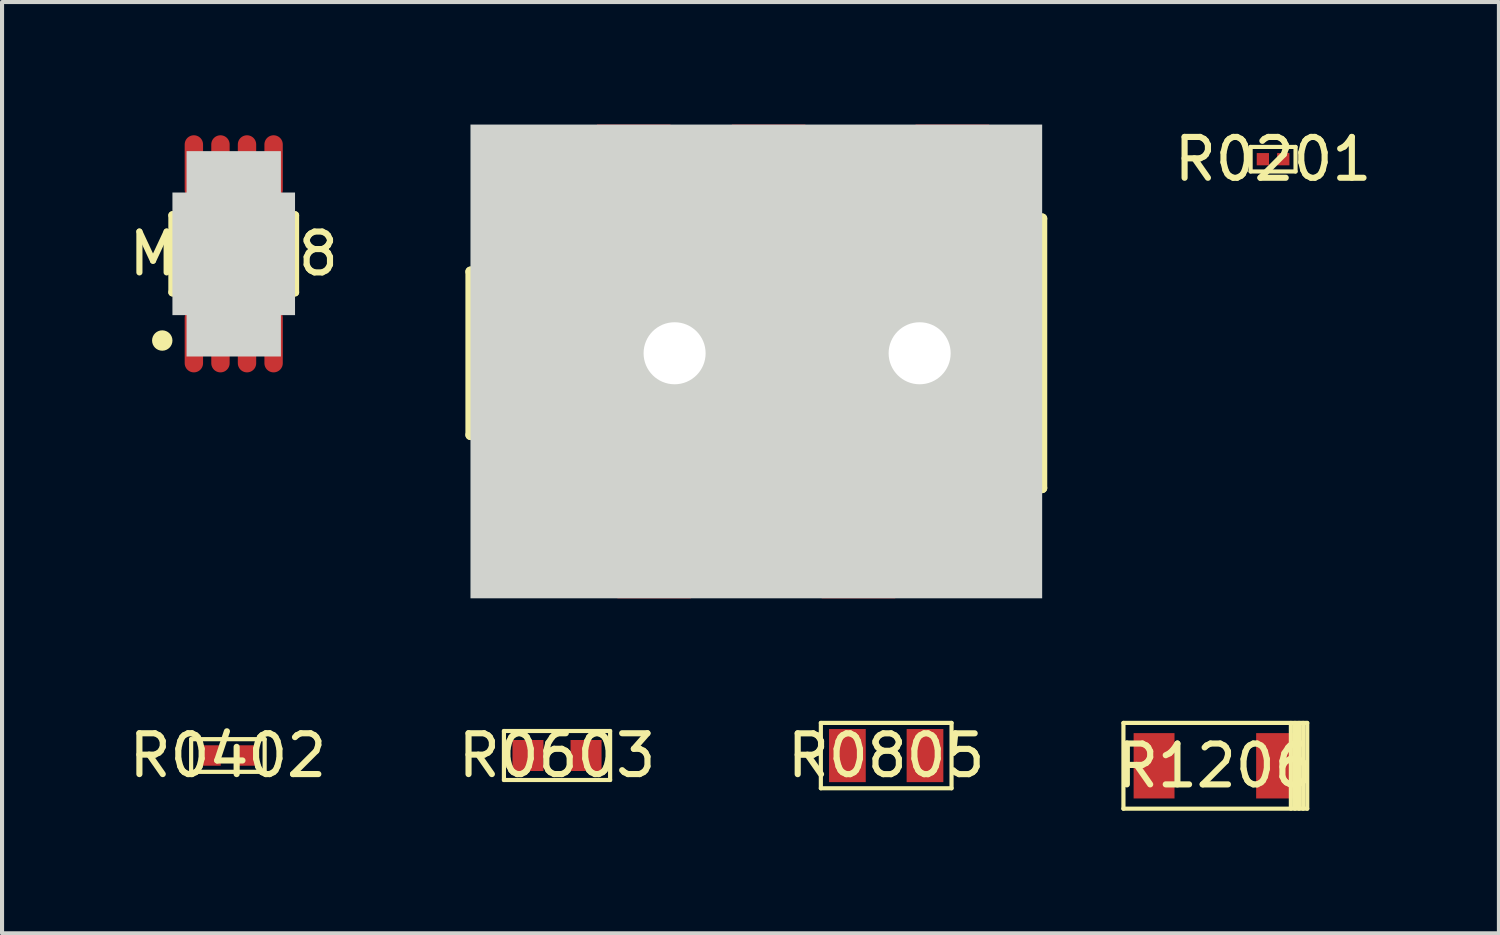
<source format=kicad_pcb>
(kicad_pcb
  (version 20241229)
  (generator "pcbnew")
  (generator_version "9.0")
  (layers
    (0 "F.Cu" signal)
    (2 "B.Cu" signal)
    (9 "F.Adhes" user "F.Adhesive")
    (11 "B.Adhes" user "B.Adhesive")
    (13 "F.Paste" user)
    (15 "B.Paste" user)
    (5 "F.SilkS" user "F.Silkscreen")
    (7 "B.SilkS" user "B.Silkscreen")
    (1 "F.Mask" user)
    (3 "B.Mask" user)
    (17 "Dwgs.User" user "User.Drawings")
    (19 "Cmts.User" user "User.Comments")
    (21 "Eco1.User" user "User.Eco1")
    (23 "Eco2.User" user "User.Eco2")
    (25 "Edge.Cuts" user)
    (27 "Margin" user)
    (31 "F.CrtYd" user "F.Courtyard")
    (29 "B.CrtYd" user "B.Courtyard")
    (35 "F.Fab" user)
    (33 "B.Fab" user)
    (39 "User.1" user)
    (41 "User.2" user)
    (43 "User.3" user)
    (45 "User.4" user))
  (footprint "R0603"
    (layer "F.Cu")
    (at 10.589 15.449)
    (property "Reference" "R0603" (at 0 0 0) (layer "F.SilkS") (effects (font (size 1 1) (thickness 0.15))))
    (fp_line (start -1.3 -0.6) (end 1.3 -0.6) (stroke (width 0.102) (type default)) (layer "F.SilkS"))
    (fp_line (start -1.3 0.6) (end -1.3 -0.6) (stroke (width 0.102) (type default)) (layer "F.SilkS"))
    (fp_line (start -1.3 0.6) (end 1.3 0.6) (stroke (width 0.102) (type default)) (layer "F.SilkS"))
    (fp_line (start 1.3 0.6) (end 1.3 -0.6) (stroke (width 0.102) (type default)) (layer "F.SilkS"))
    (fp_line (start -1.3 -0.6) (end 1.3 -0.6) (stroke (width 0.025) (type default)) (layer "User.1"))
    (fp_line (start -1.3 0.6) (end -1.3 -0.6) (stroke (width 0.025) (type default)) (layer "User.1"))
    (fp_line (start -1.3 0.6) (end 1.3 0.6) (stroke (width 0.025) (type default)) (layer "User.1"))
    (fp_line (start 1.3 0.6) (end 1.3 -0.6) (stroke (width 0.025) (type default)) (layer "User.1"))
    (fp_poly (pts (xy -1.3 0.6) (xy -1.3 -0.6) (xy 1.3 -0.6) (xy 1.3 0.6)) (stroke (width 0.1) (type default)) (fill no) (layer "User.1"))
    (fp_poly (pts (xy -1.3 0.6) (xy -1.3 -0.6) (xy 1.3 -0.6) (xy 1.3 0.6)) (stroke (width 0.1) (type default)) (fill no) (layer "User.1"))
    (pad "1" smd rect (at -0.711 0) (size 0.759 0.759) (layers "F.Cu" "F.Mask" "F.Paste"))
    (pad "2" smd rect (at 0.711 0) (size 0.759 0.759) (layers "F.Cu" "F.Mask" "F.Paste")))
  (footprint "R0805"
    (layer "F.Cu")
    (at 18.649 15.451)
    (property "Reference" "R0805" (at 0 0 0) (layer "F.SilkS") (effects (font (size 1 1) (thickness 0.15))))
    (fp_line (start -1.6 -0.8) (end -1.6 0.8) (stroke (width 0.102) (type default)) (layer "F.SilkS"))
    (fp_line (start -1.6 -0.8) (end 1.6 -0.8) (stroke (width 0.102) (type default)) (layer "F.SilkS"))
    (fp_line (start -1.6 0.8) (end 1.6 0.8) (stroke (width 0.102) (type default)) (layer "F.SilkS"))
    (fp_line (start 1.6 -0.8) (end 1.6 0.8) (stroke (width 0.102) (type default)) (layer "F.SilkS"))
    (fp_poly (pts (xy -1.399 0.65) (xy -1.399 -0.65) (xy -0.8 -0.65) (xy -0.5 -0.35) (xy -0.5 0.35) (xy -0.8 0.65)) (stroke (width 0) (type default)) (fill yes) (layer "F.Paste"))
    (fp_poly (pts (xy 1.399 -0.65) (xy 1.399 0.65) (xy 0.8 0.65) (xy 0.5 0.35) (xy 0.5 -0.35) (xy 0.8 -0.65)) (stroke (width 0) (type default)) (fill yes) (layer "F.Paste"))
    (fp_line (start -1.6 -0.8) (end -1.6 0.8) (stroke (width 0.025) (type default)) (layer "User.1"))
    (fp_line (start -1.6 -0.8) (end 1.6 -0.8) (stroke (width 0.025) (type default)) (layer "User.1"))
    (fp_line (start -1.6 0.8) (end 1.6 0.8) (stroke (width 0.025) (type default)) (layer "User.1"))
    (fp_line (start 1.6 -0.8) (end 1.6 0.8) (stroke (width 0.025) (type default)) (layer "User.1"))
    (fp_poly (pts (xy -1.6 0.8) (xy -1.6 -0.8) (xy 1.6 -0.8) (xy 1.6 0.8)) (stroke (width 0.1) (type default)) (fill no) (layer "User.1"))
    (fp_poly (pts (xy -1.6 0.8) (xy -1.6 -0.8) (xy 1.6 -0.8) (xy 1.6 0.8)) (stroke (width 0.1) (type default)) (fill no) (layer "User.1"))
    (pad "1" smd rect (at -0.95 0 270) (size 1.3 0.899) (layers "F.Cu" "F.Mask" "F.Paste"))
    (pad "2" smd rect (at 0.95 0 270) (size 1.3 0.899) (layers "F.Cu" "F.Mask" "F.Paste")))
  (footprint "R0201"
    (layer "F.Cu")
    (at 28.122 0.848)
    (property "Reference" "R0201" (at 0 0 0) (layer "F.SilkS") (effects (font (size 1 1) (thickness 0.15))))
    (fp_line (start -0.55 -0.3) (end -0.55 0.3) (stroke (width 0.102) (type default)) (layer "F.SilkS"))
    (fp_line (start -0.55 -0.3) (end 0.55 -0.3) (stroke (width 0.102) (type default)) (layer "F.SilkS"))
    (fp_line (start -0.55 0.3) (end 0.55 0.3) (stroke (width 0.102) (type default)) (layer "F.SilkS"))
    (fp_line (start 0.55 -0.3) (end 0.55 0.3) (stroke (width 0.102) (type default)) (layer "F.SilkS"))
    (fp_line (start -0.55 -0.3) (end -0.55 0.3) (stroke (width 0.025) (type default)) (layer "User.1"))
    (fp_line (start -0.55 -0.3) (end 0.55 -0.3) (stroke (width 0.025) (type default)) (layer "User.1"))
    (fp_line (start -0.55 0.3) (end 0.55 0.3) (stroke (width 0.025) (type default)) (layer "User.1"))
    (fp_line (start 0.55 -0.3) (end 0.55 0.3) (stroke (width 0.025) (type default)) (layer "User.1"))
    (fp_poly (pts (xy -0.55 0.3) (xy 0.55 0.3) (xy 0.55 -0.3) (xy -0.55 -0.3)) (stroke (width 0.1) (type default)) (fill no) (layer "User.1"))
    (fp_poly (pts (xy -0.55 0.3) (xy 0.55 0.3) (xy 0.55 -0.3) (xy -0.55 -0.3)) (stroke (width 0.1) (type default)) (fill no) (layer "User.1"))
    (pad "1" smd rect (at -0.25 0 270) (size 0.3 0.3) (layers "F.Cu" "F.Mask" "F.Paste"))
    (pad "2" smd rect (at 0.25 0 270) (size 0.3 0.3) (layers "F.Cu" "F.Mask" "F.Paste")))
  (footprint "PJ327F"
    (layer "F.Cu")
    (at 15.469 5.8)
    (property "Reference" "PJ327F" (at 0 0 0) (layer "F.SilkS") (effects (font (size 1 1) (thickness 0.15))))
    (fp_line (start -6.999 1.8) (end -6.999 -2.199) (stroke (width 0.249) (type default)) (layer "F.SilkS"))
    (fp_line (start -5 -2.199) (end -6.999 -2.199) (stroke (width 0.249) (type default)) (layer "F.SilkS"))
    (fp_line (start -5 1.8) (end -6.999 1.8) (stroke (width 0.249) (type default)) (layer "F.SilkS"))
    (fp_line (start -5 1.8) (end -5 -2.199) (stroke (width 0.249) (type default)) (layer "F.SilkS"))
    (fp_line (start -5 3.1) (end -5 -3.499) (stroke (width 0.249) (type default)) (layer "F.SilkS"))
    (fp_line (start 6.999 -3.499) (end -5 -3.499) (stroke (width 0.249) (type default)) (layer "F.SilkS"))
    (fp_line (start 6.999 3.1) (end -5 3.1) (stroke (width 0.249) (type default)) (layer "F.SilkS"))
    (fp_line (start 6.999 3.1) (end 6.999 -3.499) (stroke (width 0.249) (type default)) (layer "F.SilkS"))
    (fp_poly (pts (xy -6.999 5.8) (xy 6.999 5.8) (xy 6.999 -5.8) (xy -6.999 -5.8)) (stroke (width 0) (type default)) (fill yes) (layer "Edge.Cuts"))
    (fp_line (start -6.999 5.101) (end -6.999 -5.099) (stroke (width 0.025) (type default)) (layer "User.1"))
    (fp_line (start 6.999 -5.099) (end -6.999 -5.099) (stroke (width 0.025) (type default)) (layer "User.1"))
    (fp_line (start 6.999 5.101) (end -6.999 5.101) (stroke (width 0.025) (type default)) (layer "User.1"))
    (fp_line (start 6.999 5.101) (end 6.999 -5.099) (stroke (width 0.025) (type default)) (layer "User.1"))
    (fp_poly (pts (xy -6.999 5.101) (xy 6.999 5.101) (xy 6.999 -5.099) (xy -6.999 -5.099)) (stroke (width 0.1) (type default)) (fill no) (layer "User.1"))
    (fp_poly (pts (xy -6.999 5.101) (xy 6.999 5.101) (xy 6.999 -5.099) (xy -6.999 -5.099)) (stroke (width 0.1) (type default)) (fill no) (layer "User.1"))
    (pad "1" smd rect (at -2.501 4.2 90) (size 3.2 1.801) (layers "F.Cu" "F.Mask" "F.Paste"))
    (pad "2" smd rect (at 0.301 -4.2 90) (size 3.2 1.801) (layers "F.Cu" "F.Mask" "F.Paste"))
    (pad "3" smd rect (at 2.501 4.2 90) (size 3.2 1.801) (layers "F.Cu" "F.Mask" "F.Paste"))
    (pad "4" smd rect (at 4.8 -4.2 90) (size 3.2 1.801) (layers "F.Cu" "F.Mask" "F.Paste"))
    (pad "5" smd rect (at -3.001 -4.2 90) (size 3.2 1.801) (layers "F.Cu" "F.Mask" "F.Paste"))
    (pad "6" thru_hole circle (at -2.001 -0.2 90) (size 1.519 1.519) (drill 1.6) (layers "*.Cu" "*.Mask"))
    (pad "7" thru_hole circle (at 3.999 -0.2 90) (size 1.519 1.519) (drill 1.6) (layers "*.Cu" "*.Mask")))
  (footprint "R1206"
    (layer "F.Cu")
    (at 26.708 15.701)
    (property "Reference" "R1206" (at 0 0 0) (layer "F.SilkS") (effects (font (size 1 1) (thickness 0.15))))
    (fp_line (start -2.25 -1.05) (end -2.25 1.05) (stroke (width 0.102) (type default)) (layer "F.SilkS"))
    (fp_line (start -2.25 -1.05) (end 2.25 -1.05) (stroke (width 0.102) (type default)) (layer "F.SilkS"))
    (fp_line (start -2.25 1.05) (end 2.25 1.05) (stroke (width 0.102) (type default)) (layer "F.SilkS"))
    (fp_line (start 1.85 -1.05) (end 1.85 1.05) (stroke (width 0.102) (type default)) (layer "F.SilkS"))
    (fp_line (start 1.95 -1.05) (end 1.95 1.05) (stroke (width 0.102) (type default)) (layer "F.SilkS"))
    (fp_line (start 2.05 -1.05) (end 2.05 1.05) (stroke (width 0.102) (type default)) (layer "F.SilkS"))
    (fp_line (start 2.15 -1.05) (end 2.15 1.05) (stroke (width 0.102) (type default)) (layer "F.SilkS"))
    (fp_line (start 2.25 -1.05) (end 2.25 1.05) (stroke (width 0.102) (type default)) (layer "F.SilkS"))
    (fp_poly (pts (xy -2.001 0.8) (xy -2.001 -0.8) (xy -1.34 -0.8) (xy -1 -0.264) (xy -1 0.264) (xy -1.34 0.8)) (stroke (width 0) (type default)) (fill yes) (layer "F.Paste"))
    (fp_poly (pts (xy 2.001 -0.8) (xy 2.001 0.8) (xy 1.34 0.8) (xy 1 0.264) (xy 1 -0.264) (xy 1.34 -0.8)) (stroke (width 0) (type default)) (fill yes) (layer "F.Paste"))
    (fp_line (start -2.25 -1.05) (end -2.25 1.05) (stroke (width 0.025) (type default)) (layer "User.1"))
    (fp_line (start -2.25 -1.05) (end 2.25 -1.05) (stroke (width 0.025) (type default)) (layer "User.1"))
    (fp_line (start -2.25 1.05) (end 2.25 1.05) (stroke (width 0.025) (type default)) (layer "User.1"))
    (fp_line (start 2.25 -1.05) (end 2.25 1.05) (stroke (width 0.025) (type default)) (layer "User.1"))
    (fp_poly (pts (xy -2.25 1.05) (xy -2.25 -1.05) (xy 2.25 -1.05) (xy 2.25 1.05)) (stroke (width 0.1) (type default)) (fill no) (layer "User.1"))
    (fp_poly (pts (xy -2.25 1.05) (xy -2.25 -1.05) (xy 2.25 -1.05) (xy 2.25 1.05)) (stroke (width 0.1) (type default)) (fill no) (layer "User.1"))
    (pad "1" smd rect (at -1.5 0 270) (size 1.6 1.001) (layers "F.Cu" "F.Mask" "F.Paste"))
    (pad "2" smd rect (at 1.5 0 270) (size 1.6 1.001) (layers "F.Cu" "F.Mask" "F.Paste")))
  (footprint "R0402"
    (layer "F.Cu")
    (at 2.53 15.449)
    (property "Reference" "R0402" (at 0 0 0) (layer "F.SilkS") (effects (font (size 1 1) (thickness 0.15))))
    (fp_line (start -0.9 -0.4) (end 0.9 -0.4) (stroke (width 0.102) (type default)) (layer "F.SilkS"))
    (fp_line (start -0.9 0.4) (end -0.9 -0.4) (stroke (width 0.102) (type default)) (layer "F.SilkS"))
    (fp_line (start -0.9 0.4) (end 0.9 0.4) (stroke (width 0.102) (type default)) (layer "F.SilkS"))
    (fp_line (start 0.9 0.4) (end 0.9 -0.4) (stroke (width 0.102) (type default)) (layer "F.SilkS"))
    (fp_line (start -0.9 -0.4) (end 0.9 -0.4) (stroke (width 0.025) (type default)) (layer "User.1"))
    (fp_line (start -0.9 0.4) (end -0.9 -0.4) (stroke (width 0.025) (type default)) (layer "User.1"))
    (fp_line (start -0.9 0.4) (end 0.9 0.4) (stroke (width 0.025) (type default)) (layer "User.1"))
    (fp_line (start 0.9 0.4) (end 0.9 -0.4) (stroke (width 0.025) (type default)) (layer "User.1"))
    (fp_poly (pts (xy -0.9 0.4) (xy 0.9 0.4) (xy 0.9 -0.4) (xy -0.9 -0.4)) (stroke (width 0.1) (type default)) (fill no) (layer "User.1"))
    (fp_poly (pts (xy -0.9 0.4) (xy 0.9 0.4) (xy 0.9 -0.4) (xy -0.9 -0.4)) (stroke (width 0.1) (type default)) (fill no) (layer "User.1"))
    (pad "1" smd rect (at -0.425 0) (size 0.5 0.5) (layers "F.Cu" "F.Mask" "F.Paste"))
    (pad "2" smd rect (at 0.425 0) (size 0.5 0.5) (layers "F.Cu" "F.Mask" "F.Paste")))
  (footprint "MSOP8"
    (layer "F.Cu")
    (at 2.673 3.165)
    (property "Reference" "MSOP8" (at 0 0 0) (layer "F.SilkS") (effects (font (size 1 1) (thickness 0.15))))
    (fp_line (start -1.501 -0.943) (end 1.501 -0.943) (stroke (width 0.201) (type default)) (layer "F.SilkS"))
    (fp_line (start -1.501 0.943) (end -1.501 -0.943) (stroke (width 0.201) (type default)) (layer "F.SilkS"))
    (fp_line (start -1.501 0.943) (end 1.501 0.943) (stroke (width 0.201) (type default)) (layer "F.SilkS"))
    (fp_line (start 1.501 0.943) (end 1.501 -0.943) (stroke (width 0.201) (type default)) (layer "F.SilkS"))
    (fp_circle (center -1.75 2.123) (end -1.625 2.123) (stroke (width 0.249) (type default)) (fill no) (layer "F.SilkS"))
    (fp_circle (center -1.2 0.643) (end -1.075 0.643) (stroke (width 0.249) (type default)) (fill no) (layer "F.SilkS"))
    (fp_poly (pts (xy -1.155 2.514) (xy -1.155 1.501) (xy -1.501 1.501) (xy -1.501 -1.501) (xy -1.155 -1.501) (xy -1.155 -2.514) (xy 1.155 -2.514) (xy 1.155 -1.501) (xy 1.501 -1.501) (xy 1.501 1.501) (xy 1.155 1.501) (xy 1.155 2.514)) (stroke (width 0) (type default)) (fill yes) (layer "Edge.Cuts"))
    (fp_line (start -1.75 -3.152) (end 1.75 -3.152) (stroke (width 0.025) (type default)) (layer "User.1"))
    (fp_line (start -1.75 3.152) (end -1.75 -3.152) (stroke (width 0.025) (type default)) (layer "User.1"))
    (fp_line (start -1.75 3.152) (end 1.75 3.152) (stroke (width 0.025) (type default)) (layer "User.1"))
    (fp_line (start -1.501 -1.501) (end 1.501 -1.501) (stroke (width 0.201) (type default)) (layer "User.1"))
    (fp_line (start -1.501 1.501) (end -1.501 -1.501) (stroke (width 0.201) (type default)) (layer "User.1"))
    (fp_line (start -1.501 1.501) (end 1.501 1.501) (stroke (width 0.201) (type default)) (layer "User.1"))
    (fp_line (start -1.001 0) (end 1.001 0) (stroke (width 0.025) (type default)) (layer "User.1"))
    (fp_line (start -1.001 0) (end 1.001 0) (stroke (width 0.025) (type default)) (layer "User.1"))
    (fp_line (start -0.976 -1.793) (end -0.976 -2.454) (stroke (width 0.36) (type default)) (layer "User.1"))
    (fp_line (start -0.976 -1.501) (end -0.976 -1.793) (stroke (width 0.201) (type default)) (layer "User.1"))
    (fp_line (start -0.976 1.793) (end -0.976 1.501) (stroke (width 0.201) (type default)) (layer "User.1"))
    (fp_line (start -0.976 2.454) (end -0.976 1.793) (stroke (width 0.36) (type default)) (layer "User.1"))
    (fp_line (start -0.325 -1.793) (end -0.325 -2.454) (stroke (width 0.36) (type default)) (layer "User.1"))
    (fp_line (start -0.325 -1.501) (end -0.325 -1.793) (stroke (width 0.201) (type default)) (layer "User.1"))
    (fp_line (start -0.325 1.793) (end -0.325 1.501) (stroke (width 0.201) (type default)) (layer "User.1"))
    (fp_line (start -0.325 2.454) (end -0.325 1.793) (stroke (width 0.36) (type default)) (layer "User.1"))
    (fp_line (start 0 1.001) (end 0 -1.001) (stroke (width 0.025) (type default)) (layer "User.1"))
    (fp_line (start 0 1.001) (end 0 -1.001) (stroke (width 0.025) (type default)) (layer "User.1"))
    (fp_line (start 0.325 -1.793) (end 0.325 -2.454) (stroke (width 0.36) (type default)) (layer "User.1"))
    (fp_line (start 0.325 -1.501) (end 0.325 -1.793) (stroke (width 0.201) (type default)) (layer "User.1"))
    (fp_line (start 0.325 1.793) (end 0.325 1.501) (stroke (width 0.201) (type default)) (layer "User.1"))
    (fp_line (start 0.325 2.454) (end 0.325 1.793) (stroke (width 0.36) (type default)) (layer "User.1"))
    (fp_line (start 0.976 -1.793) (end 0.976 -2.454) (stroke (width 0.36) (type default)) (layer "User.1"))
    (fp_line (start 0.976 -1.501) (end 0.976 -1.793) (stroke (width 0.201) (type default)) (layer "User.1"))
    (fp_line (start 0.976 1.793) (end 0.976 1.501) (stroke (width 0.201) (type default)) (layer "User.1"))
    (fp_line (start 0.976 2.454) (end 0.976 1.793) (stroke (width 0.36) (type default)) (layer "User.1"))
    (fp_line (start 1.501 1.501) (end 1.501 -1.501) (stroke (width 0.201) (type default)) (layer "User.1"))
    (fp_line (start 1.75 3.152) (end 1.75 -3.152) (stroke (width 0.025) (type default)) (layer "User.1"))
    (fp_circle (center -1 1) (end -0.8 1) (stroke (width 0.399) (type default)) (fill no) (layer "User.1"))
    (fp_circle (center 0 0) (end 0.5 0) (stroke (width 0.025) (type default)) (fill no) (layer "User.1"))
    (fp_circle (center 0 0) (end 0.5 0) (stroke (width 0.025) (type default)) (fill no) (layer "User.1"))
    (pad "1" smd oval (at -0.976 2.123) (size 0.45 1.56) (layers "F.Cu" "F.Mask" "F.Paste"))
    (pad "2" smd oval (at -0.325 2.123) (size 0.45 1.56) (layers "F.Cu" "F.Mask" "F.Paste"))
    (pad "3" smd oval (at 0.325 2.123) (size 0.45 1.56) (layers "F.Cu" "F.Mask" "F.Paste"))
    (pad "4" smd oval (at 0.976 2.123) (size 0.45 1.56) (layers "F.Cu" "F.Mask" "F.Paste"))
    (pad "5" smd oval (at 0.976 -2.123) (size 0.45 1.56) (layers "F.Cu" "F.Mask" "F.Paste"))
    (pad "6" smd oval (at 0.325 -2.123) (size 0.45 1.56) (layers "F.Cu" "F.Mask" "F.Paste"))
    (pad "7" smd oval (at -0.325 -2.123) (size 0.45 1.56) (layers "F.Cu" "F.Mask" "F.Paste"))
    (pad "8" smd oval (at -0.976 -2.123) (size 0.45 1.56) (layers "F.Cu" "F.Mask" "F.Paste")))
  (gr_rect
    (start -3 -3)
    (end 33.652 19.802)
    (stroke (width 0.1) (type default))
    (fill no)
    (layer "Edge.Cuts")))
</source>
